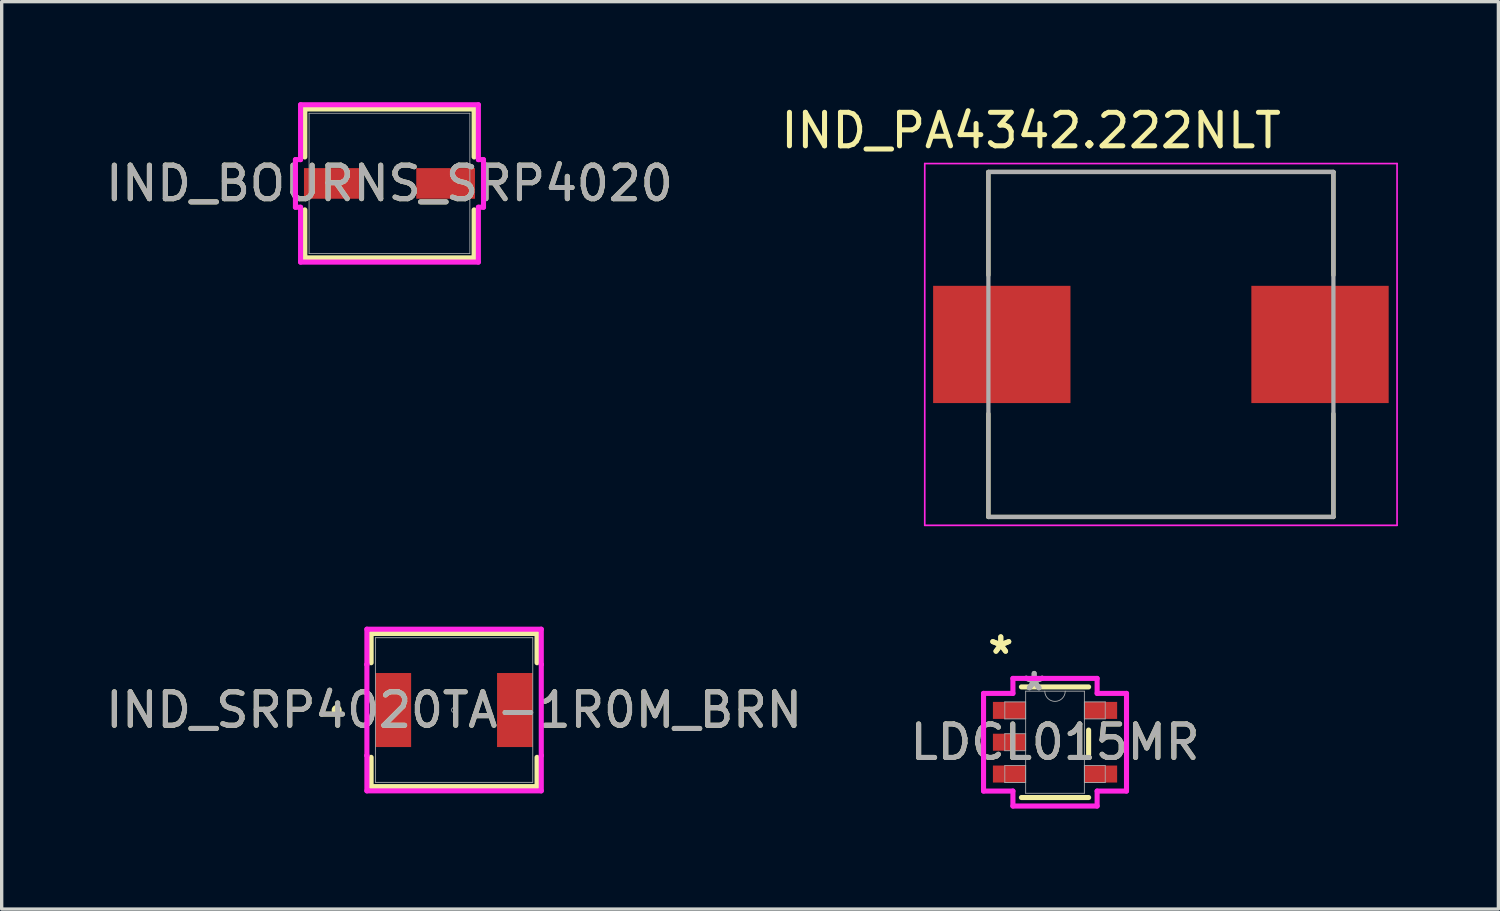
<source format=kicad_pcb>
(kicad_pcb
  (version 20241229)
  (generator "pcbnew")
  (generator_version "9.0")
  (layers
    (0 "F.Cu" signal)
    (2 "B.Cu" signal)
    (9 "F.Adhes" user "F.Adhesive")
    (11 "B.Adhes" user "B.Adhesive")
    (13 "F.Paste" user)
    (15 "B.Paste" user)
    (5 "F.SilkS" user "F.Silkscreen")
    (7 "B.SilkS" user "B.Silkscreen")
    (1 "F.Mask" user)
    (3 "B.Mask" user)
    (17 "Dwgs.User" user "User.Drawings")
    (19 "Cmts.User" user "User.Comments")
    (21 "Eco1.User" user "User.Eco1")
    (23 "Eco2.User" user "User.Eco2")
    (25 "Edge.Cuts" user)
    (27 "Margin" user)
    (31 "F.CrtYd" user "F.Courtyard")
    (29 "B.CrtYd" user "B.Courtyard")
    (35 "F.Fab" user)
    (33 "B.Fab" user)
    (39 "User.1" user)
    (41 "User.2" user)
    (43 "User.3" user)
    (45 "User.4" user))
  (footprint "IND_PA4342.222NLT"
    (layer "F.Cu")
    (at 31.607 7.233)
    (property "Reference" "IND_PA4342.222NLT" (at -3.875 -6.385 0) (layer "F.SilkS") (effects (font (size 1 1) (thickness 0.15))))
    (attr smd)
    (fp_line (start -5.15 -5.15) (end 5.15 -5.15) (stroke (width 0.127) (type solid)) (layer "F.SilkS"))
    (fp_line (start -5.15 -2.07) (end -5.15 -5.15) (stroke (width 0.127) (type solid)) (layer "F.SilkS"))
    (fp_line (start -5.15 5.15) (end -5.15 2.07) (stroke (width 0.127) (type solid)) (layer "F.SilkS"))
    (fp_line (start 5.15 -5.15) (end 5.15 -2.07) (stroke (width 0.127) (type solid)) (layer "F.SilkS"))
    (fp_line (start 5.15 5.15) (end -5.15 5.15) (stroke (width 0.127) (type solid)) (layer "F.SilkS"))
    (fp_line (start 5.15 5.15) (end 5.15 2.07) (stroke (width 0.127) (type solid)) (layer "F.SilkS"))
    (fp_line (start -7.05 -5.4) (end -7.05 5.4) (stroke (width 0.05) (type solid)) (layer "F.CrtYd"))
    (fp_line (start -7.05 5.4) (end 7.05 5.4) (stroke (width 0.05) (type solid)) (layer "F.CrtYd"))
    (fp_line (start 7.05 -5.4) (end -7.05 -5.4) (stroke (width 0.05) (type solid)) (layer "F.CrtYd"))
    (fp_line (start 7.05 5.4) (end 7.05 -5.4) (stroke (width 0.05) (type solid)) (layer "F.CrtYd"))
    (fp_line (start -5.15 -5.15) (end 5.15 -5.15) (stroke (width 0.127) (type solid)) (layer "F.Fab"))
    (fp_line (start -5.15 5.15) (end -5.15 -5.15) (stroke (width 0.127) (type solid)) (layer "F.Fab"))
    (fp_line (start 5.15 -5.15) (end 5.15 5.15) (stroke (width 0.127) (type solid)) (layer "F.Fab"))
    (fp_line (start 5.15 5.15) (end -5.15 5.15) (stroke (width 0.127) (type solid)) (layer "F.Fab"))
    (pad "1" smd rect (at -4.75 0) (size 4.1 3.5) (layers "F.Cu" "F.Mask" "F.Paste"))
    (pad "2" smd rect (at 4.75 0) (size 4.1 3.5) (layers "F.Cu" "F.Mask" "F.Paste")))
  (footprint "IND_BOURNS_SRP4020"
    (layer "F.Cu")
    (at 8.577 2.426)
    (property "Reference" "IND_BOURNS_SRP4020" (at 0 0 0) (unlocked yes) (layer "F.SilkS") (effects (font (size 1 1) (thickness 0.15))))
    (attr smd)
    (fp_line (start -2.527 -2.223) (end -2.527 -0.79) (stroke (width 0.152) (type solid)) (layer "F.SilkS"))
    (fp_line (start -2.527 0.79) (end -2.527 2.223) (stroke (width 0.152) (type solid)) (layer "F.SilkS"))
    (fp_line (start -2.527 2.223) (end 2.527 2.223) (stroke (width 0.152) (type solid)) (layer "F.SilkS"))
    (fp_line (start 2.527 -2.223) (end -2.527 -2.223) (stroke (width 0.152) (type solid)) (layer "F.SilkS"))
    (fp_line (start 2.527 -0.79) (end 2.527 -2.223) (stroke (width 0.152) (type solid)) (layer "F.SilkS"))
    (fp_line (start 2.527 2.223) (end 2.527 0.79) (stroke (width 0.152) (type solid)) (layer "F.SilkS"))
    (fp_line (start -2.807 -0.711) (end -2.654 -0.711) (stroke (width 0.152) (type solid)) (layer "F.CrtYd"))
    (fp_line (start -2.807 0.711) (end -2.807 -0.711) (stroke (width 0.152) (type solid)) (layer "F.CrtYd"))
    (fp_line (start -2.654 -2.349) (end 2.654 -2.349) (stroke (width 0.152) (type solid)) (layer "F.CrtYd"))
    (fp_line (start -2.654 -0.711) (end -2.654 -2.349) (stroke (width 0.152) (type solid)) (layer "F.CrtYd"))
    (fp_line (start -2.654 0.711) (end -2.807 0.711) (stroke (width 0.152) (type solid)) (layer "F.CrtYd"))
    (fp_line (start -2.654 2.349) (end -2.654 0.711) (stroke (width 0.152) (type solid)) (layer "F.CrtYd"))
    (fp_line (start 2.654 -2.349) (end 2.654 -0.711) (stroke (width 0.152) (type solid)) (layer "F.CrtYd"))
    (fp_line (start 2.654 -0.711) (end 2.807 -0.711) (stroke (width 0.152) (type solid)) (layer "F.CrtYd"))
    (fp_line (start 2.654 0.711) (end 2.654 2.349) (stroke (width 0.152) (type solid)) (layer "F.CrtYd"))
    (fp_line (start 2.654 2.349) (end -2.654 2.349) (stroke (width 0.152) (type solid)) (layer "F.CrtYd"))
    (fp_line (start 2.807 -0.711) (end 2.807 0.711) (stroke (width 0.152) (type solid)) (layer "F.CrtYd"))
    (fp_line (start 2.807 0.711) (end 2.654 0.711) (stroke (width 0.152) (type solid)) (layer "F.CrtYd"))
    (fp_line (start -2.4 -2.095) (end -2.4 2.095) (stroke (width 0.025) (type solid)) (layer "F.Fab"))
    (fp_line (start -2.4 2.095) (end 2.4 2.095) (stroke (width 0.025) (type solid)) (layer "F.Fab"))
    (fp_line (start 2.4 -2.095) (end -2.4 -2.095) (stroke (width 0.025) (type solid)) (layer "F.Fab"))
    (fp_line (start 2.4 2.095) (end 2.4 -2.095) (stroke (width 0.025) (type solid)) (layer "F.Fab"))
    (fp_circle (center -1.892 0) (end -1.892 0) (stroke (width 0.025) (type solid)) (fill no) (layer "F.Fab"))
    (fp_text user "${REFERENCE}" (at 0 0 0) (unlocked yes) (layer "F.Fab") (effects (font (size 1 1) (thickness 0.15))))
    (pad "1" smd rect (at -1.676 0 90) (size 0.914 1.753) (layers "F.Cu" "F.Mask" "F.Paste"))
    (pad "2" smd rect (at 1.676 0 90) (size 0.914 1.753) (layers "F.Cu" "F.Mask" "F.Paste"))
    (zone (net_name "") (layer "F.Cu") (hatch full 0.508) (connect_pads) (min_thickness 0.254) (filled_areas_thickness no) (keepout (tracks not_allowed) (vias not_allowed) (pads allowed) (copperpour not_allowed) (footprints allowed)) (placement (enabled no)) (fill) (polygon (pts (xy 6.228 0.381) (xy 10.927 0.381) (xy 10.927 1.918) (xy 6.228 1.918))))
    (zone (net_name "") (layer "F.Cu") (hatch full 0.508) (connect_pads) (min_thickness 0.254) (filled_areas_thickness no) (keepout (tracks not_allowed) (vias not_allowed) (pads allowed) (copperpour not_allowed) (footprints allowed)) (placement (enabled no)) (fill) (polygon (pts (xy 6.228 2.934) (xy 10.927 2.934) (xy 10.927 4.47) (xy 6.228 4.47))))
    (zone (net_name "") (layer "F.Cu") (hatch full 0.508) (connect_pads) (min_thickness 0.254) (filled_areas_thickness no) (keepout (tracks not_allowed) (vias not_allowed) (pads allowed) (copperpour not_allowed) (footprints allowed)) (placement (enabled no)) (fill) (polygon (pts (xy 7.828 1.918) (xy 9.327 1.918) (xy 9.327 2.934) (xy 7.828 2.934)))))
  (footprint "IND_SRP4020TA-1R0M_BRN"
    (layer "F.Cu")
    (at 10.506 18.147)
    (property "Reference" "IND_SRP4020TA-1R0M_BRN" (at 0 0 0) (unlocked yes) (layer "F.SilkS") (effects (font (size 1 1) (thickness 0.15))))
    (attr smd)
    (fp_line (start -2.477 -2.286) (end -2.477 -1.412) (stroke (width 0.152) (type solid)) (layer "F.SilkS"))
    (fp_line (start -2.477 1.412) (end -2.477 2.286) (stroke (width 0.152) (type solid)) (layer "F.SilkS"))
    (fp_line (start -2.477 2.286) (end 2.477 2.286) (stroke (width 0.152) (type solid)) (layer "F.SilkS"))
    (fp_line (start 2.477 -2.286) (end -2.477 -2.286) (stroke (width 0.152) (type solid)) (layer "F.SilkS"))
    (fp_line (start 2.477 -1.412) (end 2.477 -2.286) (stroke (width 0.152) (type solid)) (layer "F.SilkS"))
    (fp_line (start 2.477 2.286) (end 2.477 1.412) (stroke (width 0.152) (type solid)) (layer "F.SilkS"))
    (fp_circle (center -3.505 0) (end -3.429 0) (stroke (width 0.152) (type solid)) (fill no) (layer "F.SilkS"))
    (fp_line (start -2.603 -2.413) (end 2.603 -2.413) (stroke (width 0.152) (type solid)) (layer "F.CrtYd"))
    (fp_line (start -2.603 -1.359) (end -2.603 -2.413) (stroke (width 0.152) (type solid)) (layer "F.CrtYd"))
    (fp_line (start -2.603 -1.359) (end -2.603 -1.359) (stroke (width 0.152) (type solid)) (layer "F.CrtYd"))
    (fp_line (start -2.603 1.359) (end -2.603 -1.359) (stroke (width 0.152) (type solid)) (layer "F.CrtYd"))
    (fp_line (start -2.603 1.359) (end -2.603 1.359) (stroke (width 0.152) (type solid)) (layer "F.CrtYd"))
    (fp_line (start -2.603 2.413) (end -2.603 1.359) (stroke (width 0.152) (type solid)) (layer "F.CrtYd"))
    (fp_line (start 2.603 -2.413) (end 2.603 -1.359) (stroke (width 0.152) (type solid)) (layer "F.CrtYd"))
    (fp_line (start 2.603 -1.359) (end 2.603 -1.359) (stroke (width 0.152) (type solid)) (layer "F.CrtYd"))
    (fp_line (start 2.603 -1.359) (end 2.603 1.359) (stroke (width 0.152) (type solid)) (layer "F.CrtYd"))
    (fp_line (start 2.603 1.359) (end 2.603 1.359) (stroke (width 0.152) (type solid)) (layer "F.CrtYd"))
    (fp_line (start 2.603 1.359) (end 2.603 2.413) (stroke (width 0.152) (type solid)) (layer "F.CrtYd"))
    (fp_line (start 2.603 2.413) (end -2.603 2.413) (stroke (width 0.152) (type solid)) (layer "F.CrtYd"))
    (fp_line (start -2.349 -2.159) (end -2.349 2.159) (stroke (width 0.025) (type solid)) (layer "F.Fab"))
    (fp_line (start -2.349 2.159) (end 2.349 2.159) (stroke (width 0.025) (type solid)) (layer "F.Fab"))
    (fp_line (start 2.349 -2.159) (end -2.349 -2.159) (stroke (width 0.025) (type solid)) (layer "F.Fab"))
    (fp_line (start 2.349 2.159) (end 2.349 -2.159) (stroke (width 0.025) (type solid)) (layer "F.Fab"))
    (fp_circle (center 0 0) (end 0.076 0) (stroke (width 0.025) (type solid)) (fill no) (layer "F.Fab"))
    (fp_text user "${REFERENCE}" (at 0 0 0) (unlocked yes) (layer "F.Fab") (effects (font (size 1 1) (thickness 0.15))))
    (pad "1" smd rect (at -1.816 0) (size 1.067 2.21) (layers "F.Cu" "F.Mask" "F.Paste"))
    (pad "2" smd rect (at 1.816 0) (size 1.067 2.21) (layers "F.Cu" "F.Mask" "F.Paste")))
  (footprint "LDCL015MR"
    (layer "F.Cu")
    (at 28.446 19.108)
    (property "Reference" "LDCL015MR" (at 0 0 0) (unlocked yes) (layer "F.SilkS") (effects (font (size 1 1) (thickness 0.15))))
    (attr smd)
    (fp_line (start -1.003 1.651) (end 1.003 1.651) (stroke (width 0.152) (type solid)) (layer "F.SilkS"))
    (fp_line (start 1.003 -1.651) (end -1.003 -1.651) (stroke (width 0.152) (type solid)) (layer "F.SilkS"))
    (fp_line (start 1.003 0.363) (end 1.003 -0.363) (stroke (width 0.152) (type solid)) (layer "F.SilkS"))
    (fp_line (start -2.134 -1.458) (end -1.257 -1.458) (stroke (width 0.152) (type solid)) (layer "F.CrtYd"))
    (fp_line (start -2.134 1.458) (end -2.134 -1.458) (stroke (width 0.152) (type solid)) (layer "F.CrtYd"))
    (fp_line (start -1.257 -1.905) (end 1.257 -1.905) (stroke (width 0.152) (type solid)) (layer "F.CrtYd"))
    (fp_line (start -1.257 -1.458) (end -1.257 -1.905) (stroke (width 0.152) (type solid)) (layer "F.CrtYd"))
    (fp_line (start -1.257 1.458) (end -2.134 1.458) (stroke (width 0.152) (type solid)) (layer "F.CrtYd"))
    (fp_line (start -1.257 1.905) (end -1.257 1.458) (stroke (width 0.152) (type solid)) (layer "F.CrtYd"))
    (fp_line (start 1.257 -1.905) (end 1.257 -1.458) (stroke (width 0.152) (type solid)) (layer "F.CrtYd"))
    (fp_line (start 1.257 -1.458) (end 2.134 -1.458) (stroke (width 0.152) (type solid)) (layer "F.CrtYd"))
    (fp_line (start 1.257 1.458) (end 1.257 1.905) (stroke (width 0.152) (type solid)) (layer "F.CrtYd"))
    (fp_line (start 1.257 1.905) (end -1.257 1.905) (stroke (width 0.152) (type solid)) (layer "F.CrtYd"))
    (fp_line (start 2.134 -1.458) (end 2.134 1.458) (stroke (width 0.152) (type solid)) (layer "F.CrtYd"))
    (fp_line (start 2.134 1.458) (end 1.257 1.458) (stroke (width 0.152) (type solid)) (layer "F.CrtYd"))
    (fp_line (start -1.499 -1.204) (end -1.499 -0.696) (stroke (width 0.025) (type solid)) (layer "F.Fab"))
    (fp_line (start -1.499 -0.696) (end -0.876 -0.696) (stroke (width 0.025) (type solid)) (layer "F.Fab"))
    (fp_line (start -1.499 -0.254) (end -1.499 0.254) (stroke (width 0.025) (type solid)) (layer "F.Fab"))
    (fp_line (start -1.499 0.254) (end -0.876 0.254) (stroke (width 0.025) (type solid)) (layer "F.Fab"))
    (fp_line (start -1.499 0.696) (end -1.499 1.204) (stroke (width 0.025) (type solid)) (layer "F.Fab"))
    (fp_line (start -1.499 1.204) (end -0.876 1.204) (stroke (width 0.025) (type solid)) (layer "F.Fab"))
    (fp_line (start -0.876 -1.524) (end -0.876 1.524) (stroke (width 0.025) (type solid)) (layer "F.Fab"))
    (fp_line (start -0.876 -1.204) (end -1.499 -1.204) (stroke (width 0.025) (type solid)) (layer "F.Fab"))
    (fp_line (start -0.876 -0.696) (end -0.876 -1.204) (stroke (width 0.025) (type solid)) (layer "F.Fab"))
    (fp_line (start -0.876 -0.254) (end -1.499 -0.254) (stroke (width 0.025) (type solid)) (layer "F.Fab"))
    (fp_line (start -0.876 0.254) (end -0.876 -0.254) (stroke (width 0.025) (type solid)) (layer "F.Fab"))
    (fp_line (start -0.876 0.696) (end -1.499 0.696) (stroke (width 0.025) (type solid)) (layer "F.Fab"))
    (fp_line (start -0.876 1.204) (end -0.876 0.696) (stroke (width 0.025) (type solid)) (layer "F.Fab"))
    (fp_line (start -0.876 1.524) (end 0.876 1.524) (stroke (width 0.025) (type solid)) (layer "F.Fab"))
    (fp_line (start 0.876 -1.524) (end -0.876 -1.524) (stroke (width 0.025) (type solid)) (layer "F.Fab"))
    (fp_line (start 0.876 -1.204) (end 0.876 -0.696) (stroke (width 0.025) (type solid)) (layer "F.Fab"))
    (fp_line (start 0.876 -0.696) (end 1.499 -0.696) (stroke (width 0.025) (type solid)) (layer "F.Fab"))
    (fp_line (start 0.876 0.696) (end 0.876 1.204) (stroke (width 0.025) (type solid)) (layer "F.Fab"))
    (fp_line (start 0.876 1.204) (end 1.499 1.204) (stroke (width 0.025) (type solid)) (layer "F.Fab"))
    (fp_line (start 0.876 1.524) (end 0.876 -1.524) (stroke (width 0.025) (type solid)) (layer "F.Fab"))
    (fp_line (start 1.499 -1.204) (end 0.876 -1.204) (stroke (width 0.025) (type solid)) (layer "F.Fab"))
    (fp_line (start 1.499 -0.696) (end 1.499 -1.204) (stroke (width 0.025) (type solid)) (layer "F.Fab"))
    (fp_line (start 1.499 0.696) (end 0.876 0.696) (stroke (width 0.025) (type solid)) (layer "F.Fab"))
    (fp_line (start 1.499 1.204) (end 1.499 0.696) (stroke (width 0.025) (type solid)) (layer "F.Fab"))
    (fp_arc (start 0.3048 -1.524) (mid 0 -1.2192) (end -0.3048 -1.524) (stroke (width 0.0254) (type solid)) (layer "F.Fab"))
    (fp_text user "*" (at -1.619 -2.601 0) (layer "F.SilkS") (effects (font (size 1 1) (thickness 0.15))))
    (fp_text user "*" (at -1.619 -2.601 0) (unlocked yes) (layer "F.SilkS") (effects (font (size 1 1) (thickness 0.15))))
    (fp_text user "*" (at -0.622 -1.509 0) (layer "F.Fab") (effects (font (size 1 1) (thickness 0.15))))
    (fp_text user "${REFERENCE}" (at 0 0 0) (unlocked yes) (layer "F.Fab") (effects (font (size 1 1) (thickness 0.15))))
    (fp_text user "*" (at -0.622 -1.509 0) (unlocked yes) (layer "F.Fab") (effects (font (size 1 1) (thickness 0.15))))
    (pad "1" smd rect (at -1.365 -0.95) (size 0.978 0.508) (layers "F.Cu" "F.Mask" "F.Paste"))
    (pad "2" smd rect (at -1.365 0) (size 0.978 0.508) (layers "F.Cu" "F.Mask" "F.Paste"))
    (pad "3" smd rect (at -1.365 0.95) (size 0.978 0.508) (layers "F.Cu" "F.Mask" "F.Paste"))
    (pad "4" smd rect (at 1.365 0.95) (size 0.978 0.508) (layers "F.Cu" "F.Mask" "F.Paste"))
    (pad "5" smd rect (at 1.365 -0.95) (size 0.978 0.508) (layers "F.Cu" "F.Mask" "F.Paste")))
  (gr_rect
    (start -3 -3)
    (end 41.682 24.089)
    (stroke (width 0.1) (type default))
    (fill no)
    (layer "Edge.Cuts")))
</source>
